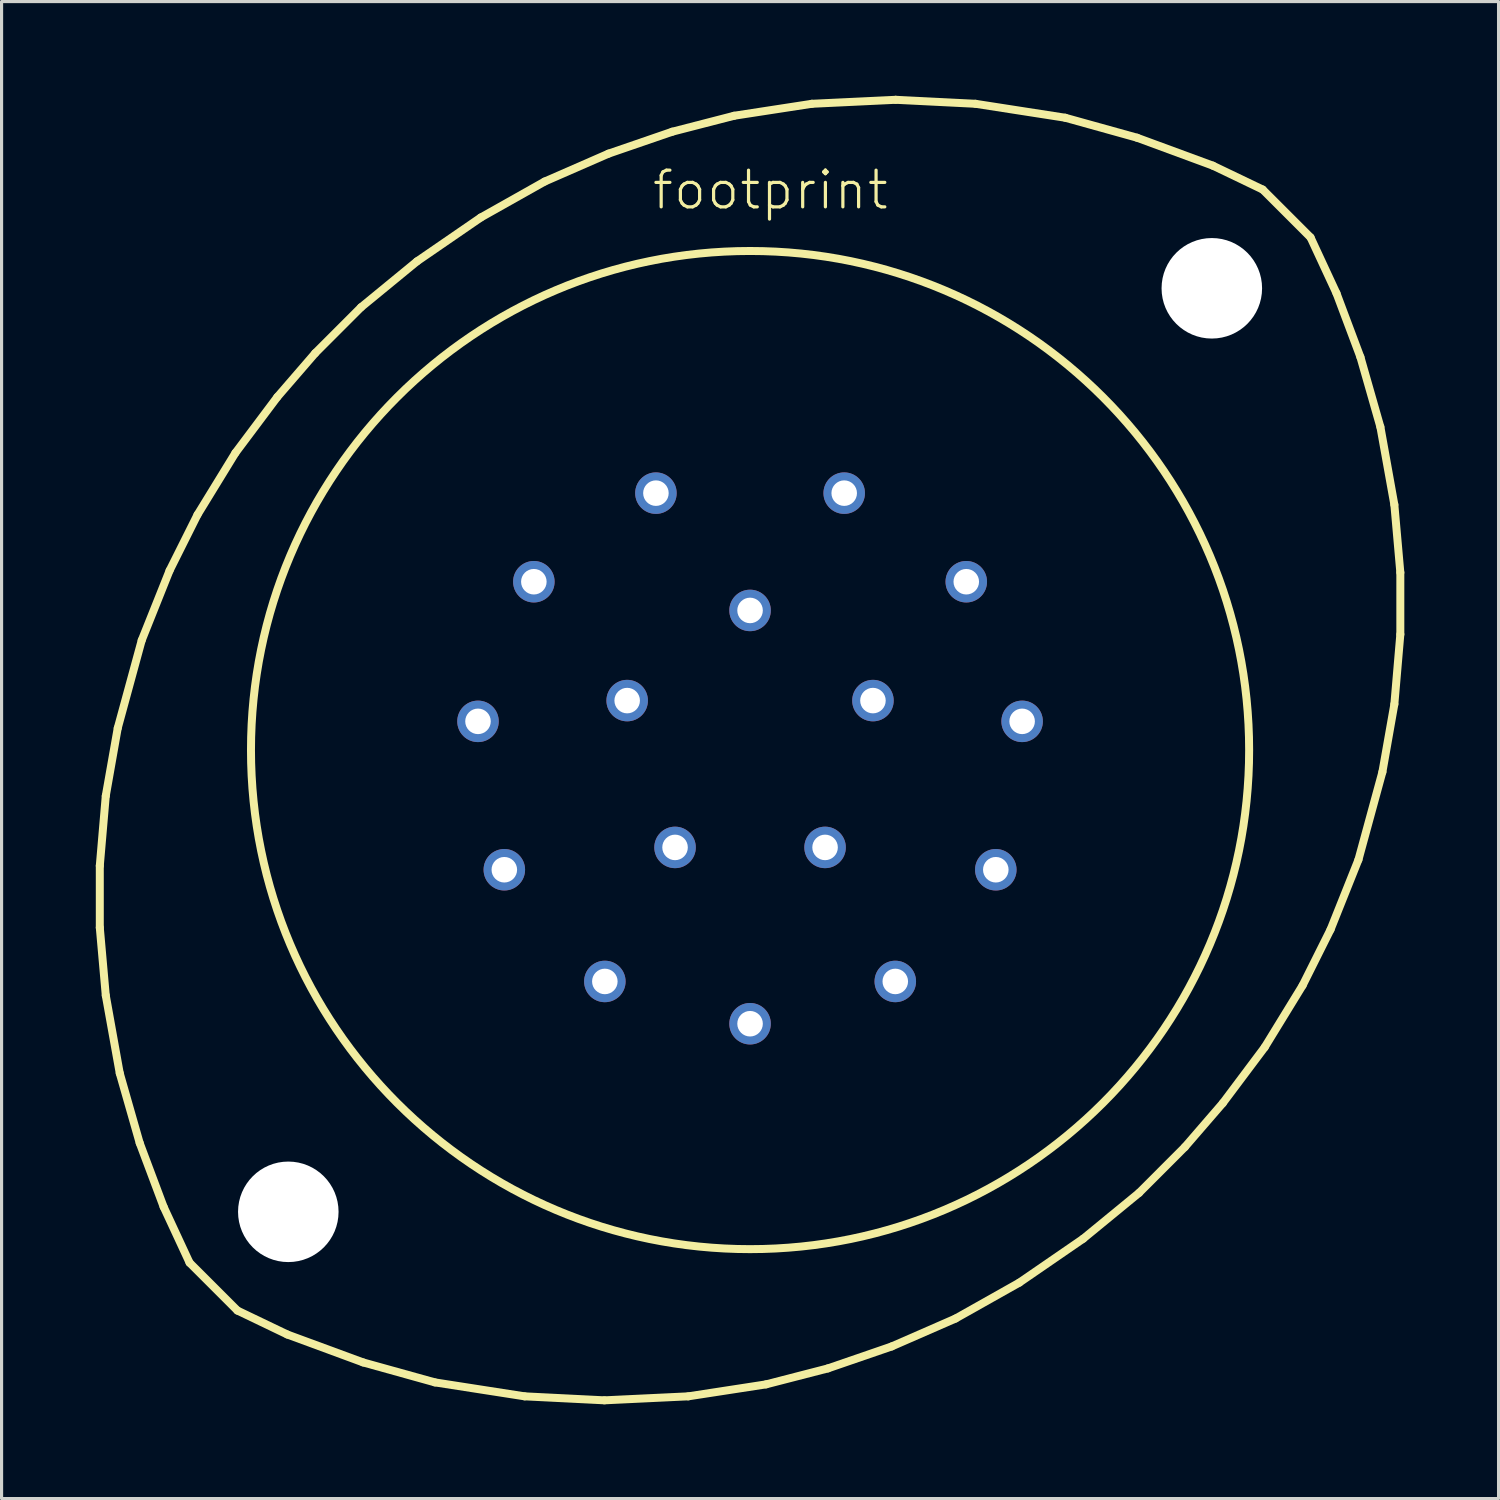
<source format=kicad_pcb>
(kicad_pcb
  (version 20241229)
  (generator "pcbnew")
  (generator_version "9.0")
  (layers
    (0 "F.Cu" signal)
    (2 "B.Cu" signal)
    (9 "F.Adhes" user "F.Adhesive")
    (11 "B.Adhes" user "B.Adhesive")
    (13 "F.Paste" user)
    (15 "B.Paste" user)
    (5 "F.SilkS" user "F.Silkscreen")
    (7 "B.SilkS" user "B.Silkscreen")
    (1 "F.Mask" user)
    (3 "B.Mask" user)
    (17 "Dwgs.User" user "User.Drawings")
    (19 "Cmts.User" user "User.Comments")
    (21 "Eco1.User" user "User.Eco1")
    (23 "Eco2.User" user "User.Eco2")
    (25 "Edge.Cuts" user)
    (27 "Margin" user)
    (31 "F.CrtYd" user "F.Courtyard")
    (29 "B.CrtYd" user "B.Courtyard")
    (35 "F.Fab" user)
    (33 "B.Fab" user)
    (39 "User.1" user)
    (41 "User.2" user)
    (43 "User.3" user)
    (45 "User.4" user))
  (footprint "footprint"
    (layer "F.Cu")
    (at 20.828 20.828)
    (property "Reference" "footprint" (at -3.175 -17.145 0) (layer "F.SilkS") (effects (font (size 1.168 1.168) (thickness 0.102)) (justify left bottom)))
    (fp_line (start -20.701 3.683) (end -20.511 1.46) (stroke (width 0.254) (type solid)) (layer "F.SilkS"))
    (fp_line (start -20.701 5.652) (end -20.701 3.683) (stroke (width 0.254) (type solid)) (layer "F.SilkS"))
    (fp_line (start -20.511 1.46) (end -20.13 -0.699) (stroke (width 0.254) (type solid)) (layer "F.SilkS"))
    (fp_line (start -20.511 7.811) (end -20.701 5.652) (stroke (width 0.254) (type solid)) (layer "F.SilkS"))
    (fp_line (start -20.13 -0.699) (end -19.367 -3.493) (stroke (width 0.254) (type solid)) (layer "F.SilkS"))
    (fp_line (start -20.066 10.287) (end -20.511 7.811) (stroke (width 0.254) (type solid)) (layer "F.SilkS"))
    (fp_line (start -19.431 12.509) (end -20.066 10.287) (stroke (width 0.254) (type solid)) (layer "F.SilkS"))
    (fp_line (start -19.367 -3.493) (end -18.479 -5.715) (stroke (width 0.254) (type solid)) (layer "F.SilkS"))
    (fp_line (start -18.669 14.541) (end -19.431 12.509) (stroke (width 0.254) (type solid)) (layer "F.SilkS"))
    (fp_line (start -18.479 -5.715) (end -17.59 -7.493) (stroke (width 0.254) (type solid)) (layer "F.SilkS"))
    (fp_line (start -17.843 16.32) (end -18.669 14.541) (stroke (width 0.254) (type solid)) (layer "F.SilkS"))
    (fp_line (start -17.843 16.32) (end -16.32 17.843) (stroke (width 0.254) (type solid)) (layer "F.SilkS"))
    (fp_line (start -17.59 -7.493) (end -16.383 -9.461) (stroke (width 0.254) (type solid)) (layer "F.SilkS"))
    (fp_line (start -16.383 -9.461) (end -15.05 -11.239) (stroke (width 0.254) (type solid)) (layer "F.SilkS"))
    (fp_line (start -15.05 -11.239) (end -13.843 -12.636) (stroke (width 0.254) (type solid)) (layer "F.SilkS"))
    (fp_line (start -14.732 18.605) (end -16.32 17.843) (stroke (width 0.254) (type solid)) (layer "F.SilkS"))
    (fp_line (start -13.843 -12.636) (end -12.383 -14.097) (stroke (width 0.254) (type solid)) (layer "F.SilkS"))
    (fp_line (start -12.383 -14.097) (end -10.604 -15.557) (stroke (width 0.254) (type solid)) (layer "F.SilkS"))
    (fp_line (start -12.319 19.494) (end -14.732 18.605) (stroke (width 0.254) (type solid)) (layer "F.SilkS"))
    (fp_line (start -10.604 -15.557) (end -8.572 -16.954) (stroke (width 0.254) (type solid)) (layer "F.SilkS"))
    (fp_line (start -10.033 20.13) (end -12.319 19.494) (stroke (width 0.254) (type solid)) (layer "F.SilkS"))
    (fp_line (start -8.572 -16.954) (end -6.54 -18.098) (stroke (width 0.254) (type solid)) (layer "F.SilkS"))
    (fp_line (start -7.176 20.574) (end -10.033 20.13) (stroke (width 0.254) (type solid)) (layer "F.SilkS"))
    (fp_line (start -6.54 -18.098) (end -4.508 -18.986) (stroke (width 0.254) (type solid)) (layer "F.SilkS"))
    (fp_line (start -4.636 20.701) (end -7.176 20.574) (stroke (width 0.254) (type solid)) (layer "F.SilkS"))
    (fp_line (start -4.508 -18.986) (end -2.477 -19.685) (stroke (width 0.254) (type solid)) (layer "F.SilkS"))
    (fp_line (start -2.477 -19.685) (end -0.508 -20.193) (stroke (width 0.254) (type solid)) (layer "F.SilkS"))
    (fp_line (start -1.968 20.574) (end -4.636 20.701) (stroke (width 0.254) (type solid)) (layer "F.SilkS"))
    (fp_line (start -0.508 -20.193) (end 1.968 -20.574) (stroke (width 0.254) (type solid)) (layer "F.SilkS"))
    (fp_line (start 0.508 20.193) (end -1.968 20.574) (stroke (width 0.254) (type solid)) (layer "F.SilkS"))
    (fp_line (start 1.968 -20.574) (end 4.636 -20.701) (stroke (width 0.254) (type solid)) (layer "F.SilkS"))
    (fp_line (start 2.477 19.685) (end 0.508 20.193) (stroke (width 0.254) (type solid)) (layer "F.SilkS"))
    (fp_line (start 4.508 18.986) (end 2.477 19.685) (stroke (width 0.254) (type solid)) (layer "F.SilkS"))
    (fp_line (start 4.636 -20.701) (end 7.176 -20.574) (stroke (width 0.254) (type solid)) (layer "F.SilkS"))
    (fp_line (start 6.54 18.098) (end 4.508 18.986) (stroke (width 0.254) (type solid)) (layer "F.SilkS"))
    (fp_line (start 7.176 -20.574) (end 10.033 -20.13) (stroke (width 0.254) (type solid)) (layer "F.SilkS"))
    (fp_line (start 8.572 16.954) (end 6.54 18.098) (stroke (width 0.254) (type solid)) (layer "F.SilkS"))
    (fp_line (start 10.033 -20.13) (end 12.319 -19.494) (stroke (width 0.254) (type solid)) (layer "F.SilkS"))
    (fp_line (start 10.604 15.557) (end 8.572 16.954) (stroke (width 0.254) (type solid)) (layer "F.SilkS"))
    (fp_line (start 12.319 -19.494) (end 14.732 -18.605) (stroke (width 0.254) (type solid)) (layer "F.SilkS"))
    (fp_line (start 12.383 14.097) (end 10.604 15.557) (stroke (width 0.254) (type solid)) (layer "F.SilkS"))
    (fp_line (start 13.843 12.636) (end 12.383 14.097) (stroke (width 0.254) (type solid)) (layer "F.SilkS"))
    (fp_line (start 14.732 -18.605) (end 16.32 -17.843) (stroke (width 0.254) (type solid)) (layer "F.SilkS"))
    (fp_line (start 15.05 11.239) (end 13.843 12.636) (stroke (width 0.254) (type solid)) (layer "F.SilkS"))
    (fp_line (start 16.32 -17.843) (end 17.843 -16.32) (stroke (width 0.254) (type solid)) (layer "F.SilkS"))
    (fp_line (start 16.383 9.461) (end 15.05 11.239) (stroke (width 0.254) (type solid)) (layer "F.SilkS"))
    (fp_line (start 17.59 7.493) (end 16.383 9.461) (stroke (width 0.254) (type solid)) (layer "F.SilkS"))
    (fp_line (start 17.843 -16.32) (end 18.669 -14.541) (stroke (width 0.254) (type solid)) (layer "F.SilkS"))
    (fp_line (start 18.479 5.715) (end 17.59 7.493) (stroke (width 0.254) (type solid)) (layer "F.SilkS"))
    (fp_line (start 18.669 -14.541) (end 19.431 -12.509) (stroke (width 0.254) (type solid)) (layer "F.SilkS"))
    (fp_line (start 19.367 3.493) (end 18.479 5.715) (stroke (width 0.254) (type solid)) (layer "F.SilkS"))
    (fp_line (start 19.431 -12.509) (end 20.066 -10.287) (stroke (width 0.254) (type solid)) (layer "F.SilkS"))
    (fp_line (start 20.066 -10.287) (end 20.511 -7.811) (stroke (width 0.254) (type solid)) (layer "F.SilkS"))
    (fp_line (start 20.13 0.699) (end 19.367 3.493) (stroke (width 0.254) (type solid)) (layer "F.SilkS"))
    (fp_line (start 20.511 -7.811) (end 20.701 -5.652) (stroke (width 0.254) (type solid)) (layer "F.SilkS"))
    (fp_line (start 20.511 -1.46) (end 20.13 0.699) (stroke (width 0.254) (type solid)) (layer "F.SilkS"))
    (fp_line (start 20.701 -5.652) (end 20.701 -3.683) (stroke (width 0.254) (type solid)) (layer "F.SilkS"))
    (fp_line (start 20.701 -3.683) (end 20.511 -1.46) (stroke (width 0.254) (type solid)) (layer "F.SilkS"))
    (fp_circle (center 0 0) (end 15.888 0) (stroke (width 0.254) (type solid)) (fill no) (layer "F.SilkS"))
    (pad "" np_thru_hole circle (at -14.7 14.7) (size 3.2 3.2) (drill 3.2) (layers "*.Cu" "*.Mask"))
    (pad "" np_thru_hole circle (at 14.7 -14.7) (size 3.2 3.2) (drill 3.2) (layers "*.Cu" "*.Mask"))
    (pad "A" thru_hole circle (at 2.997 -8.179) (size 1.321 1.321) (drill 0.813) (layers "*.Cu" "*.Mask"))
    (pad "B" thru_hole circle (at 6.883 -5.359) (size 1.321 1.321) (drill 0.813) (layers "*.Cu" "*.Mask"))
    (pad "C" thru_hole circle (at 8.661 -0.914) (size 1.321 1.321) (drill 0.813) (layers "*.Cu" "*.Mask"))
    (pad "D" thru_hole circle (at 7.823 3.81) (size 1.321 1.321) (drill 0.813) (layers "*.Cu" "*.Mask"))
    (pad "E" thru_hole circle (at 4.623 7.366) (size 1.321 1.321) (drill 0.813) (layers "*.Cu" "*.Mask"))
    (pad "F" thru_hole circle (at 0 8.712) (size 1.321 1.321) (drill 0.813) (layers "*.Cu" "*.Mask"))
    (pad "G" thru_hole circle (at -4.623 7.366) (size 1.321 1.321) (drill 0.813) (layers "*.Cu" "*.Mask"))
    (pad "H" thru_hole circle (at -7.823 3.81) (size 1.321 1.321) (drill 0.813) (layers "*.Cu" "*.Mask"))
    (pad "J" thru_hole circle (at -8.661 -0.914) (size 1.321 1.321) (drill 0.813) (layers "*.Cu" "*.Mask"))
    (pad "K" thru_hole circle (at -6.883 -5.359) (size 1.321 1.321) (drill 0.813) (layers "*.Cu" "*.Mask"))
    (pad "L" thru_hole circle (at -2.997 -8.179) (size 1.321 1.321) (drill 0.813) (layers "*.Cu" "*.Mask"))
    (pad "M" thru_hole circle (at 0 -4.445) (size 1.321 1.321) (drill 0.813) (layers "*.Cu" "*.Mask"))
    (pad "N" thru_hole circle (at 3.912 -1.575) (size 1.321 1.321) (drill 0.813) (layers "*.Cu" "*.Mask"))
    (pad "P" thru_hole circle (at 2.388 3.099) (size 1.321 1.321) (drill 0.813) (layers "*.Cu" "*.Mask"))
    (pad "R" thru_hole circle (at -2.388 3.099) (size 1.321 1.321) (drill 0.813) (layers "*.Cu" "*.Mask"))
    (pad "S" thru_hole circle (at -3.912 -1.575) (size 1.321 1.321) (drill 0.813) (layers "*.Cu" "*.Mask")))
  (gr_rect
    (start -3 -3)
    (end 44.656 44.656)
    (stroke (width 0.1) (type default))
    (fill no)
    (layer "Edge.Cuts")))
</source>
